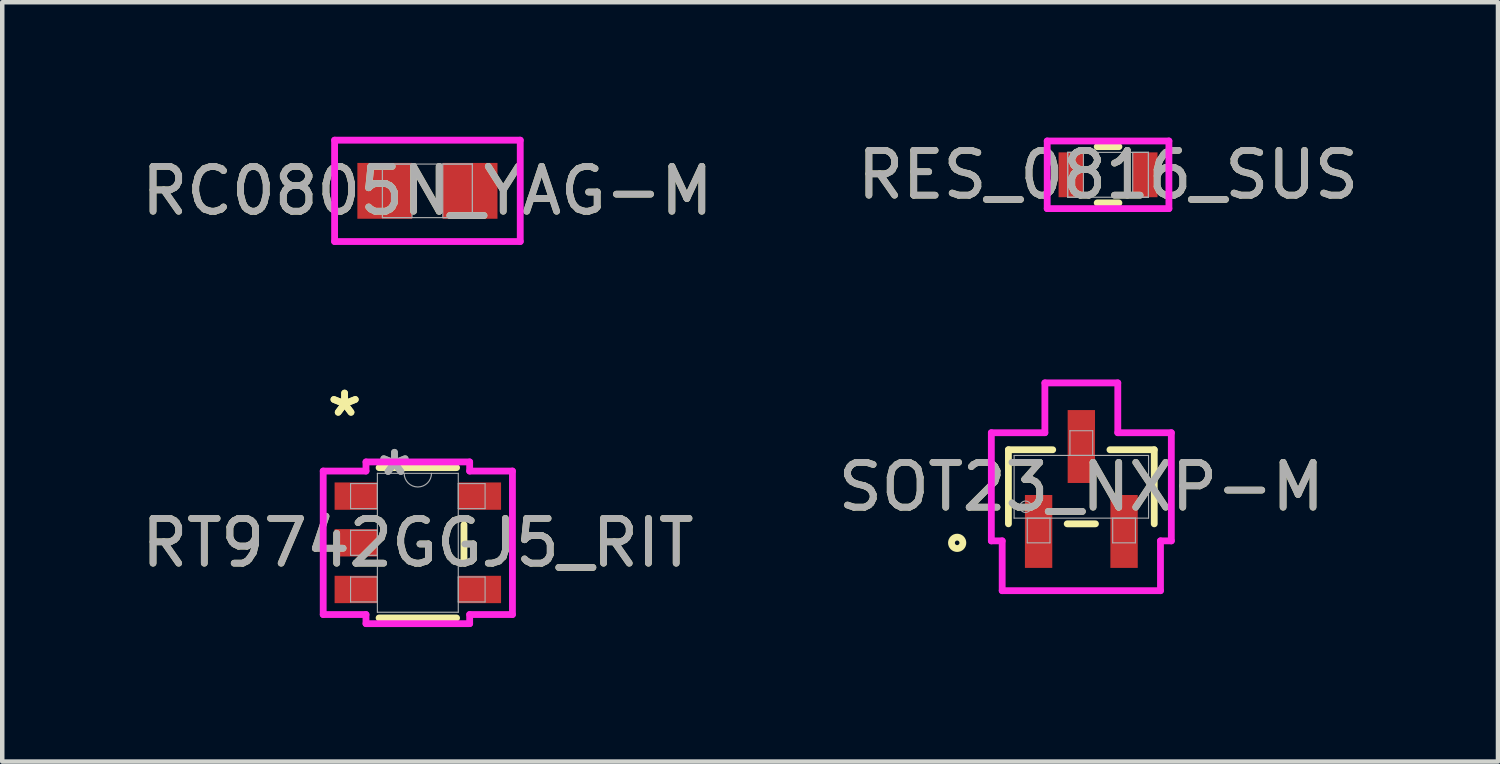
<source format=kicad_pcb>
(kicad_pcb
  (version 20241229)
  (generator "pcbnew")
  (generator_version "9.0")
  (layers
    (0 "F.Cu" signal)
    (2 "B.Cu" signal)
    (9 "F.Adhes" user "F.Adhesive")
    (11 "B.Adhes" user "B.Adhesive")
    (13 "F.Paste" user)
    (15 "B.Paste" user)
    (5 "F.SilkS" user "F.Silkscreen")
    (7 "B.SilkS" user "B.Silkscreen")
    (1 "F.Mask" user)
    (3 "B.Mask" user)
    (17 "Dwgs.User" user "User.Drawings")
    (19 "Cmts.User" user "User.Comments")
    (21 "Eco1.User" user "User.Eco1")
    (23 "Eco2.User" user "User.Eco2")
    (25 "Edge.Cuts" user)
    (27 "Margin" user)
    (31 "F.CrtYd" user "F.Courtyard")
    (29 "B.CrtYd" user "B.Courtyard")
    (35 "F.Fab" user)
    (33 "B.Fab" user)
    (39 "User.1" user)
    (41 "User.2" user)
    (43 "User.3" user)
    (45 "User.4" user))
  (footprint "RT9742GGJ5_RIT"
    (layer "F.Cu")
    (at 6.268 9.055)
    (property "Reference" "RT9742GGJ5_RIT" (at 0 0 0) (unlocked yes) (layer "F.SilkS") (effects (font (size 1 1) (thickness 0.15))))
    (attr smd)
    (fp_line (start -0.864 1.676) (end 0.864 1.676) (stroke (width 0.152) (type solid)) (layer "F.SilkS"))
    (fp_line (start 0.864 -1.676) (end -0.864 -1.676) (stroke (width 0.152) (type solid)) (layer "F.SilkS"))
    (fp_line (start 1.029 0.403) (end 1.029 -0.403) (stroke (width 0.152) (type solid)) (layer "F.SilkS"))
    (fp_line (start -2.11 -1.6) (end -1.156 -1.6) (stroke (width 0.152) (type solid)) (layer "F.CrtYd"))
    (fp_line (start -2.11 1.6) (end -2.11 -1.6) (stroke (width 0.152) (type solid)) (layer "F.CrtYd"))
    (fp_line (start -2.11 1.6) (end -1.156 1.6) (stroke (width 0.152) (type solid)) (layer "F.CrtYd"))
    (fp_line (start -1.156 -1.803) (end 1.156 -1.803) (stroke (width 0.152) (type solid)) (layer "F.CrtYd"))
    (fp_line (start -1.156 -1.6) (end -1.156 -1.803) (stroke (width 0.152) (type solid)) (layer "F.CrtYd"))
    (fp_line (start -1.156 1.803) (end -1.156 1.6) (stroke (width 0.152) (type solid)) (layer "F.CrtYd"))
    (fp_line (start 1.156 -1.803) (end 1.156 -1.6) (stroke (width 0.152) (type solid)) (layer "F.CrtYd"))
    (fp_line (start 1.156 1.6) (end 1.156 1.803) (stroke (width 0.152) (type solid)) (layer "F.CrtYd"))
    (fp_line (start 1.156 1.803) (end -1.156 1.803) (stroke (width 0.152) (type solid)) (layer "F.CrtYd"))
    (fp_line (start 2.11 -1.6) (end 1.156 -1.6) (stroke (width 0.152) (type solid)) (layer "F.CrtYd"))
    (fp_line (start 2.11 -1.6) (end 2.11 1.6) (stroke (width 0.152) (type solid)) (layer "F.CrtYd"))
    (fp_line (start 2.11 1.6) (end 1.156 1.6) (stroke (width 0.152) (type solid)) (layer "F.CrtYd"))
    (fp_line (start -1.5 -1.32) (end -1.5 -0.762) (stroke (width 0.025) (type solid)) (layer "F.Fab"))
    (fp_line (start -1.5 -0.762) (end -0.902 -0.762) (stroke (width 0.025) (type solid)) (layer "F.Fab"))
    (fp_line (start -1.5 -0.279) (end -1.5 0.279) (stroke (width 0.025) (type solid)) (layer "F.Fab"))
    (fp_line (start -1.5 0.279) (end -0.902 0.279) (stroke (width 0.025) (type solid)) (layer "F.Fab"))
    (fp_line (start -1.5 0.762) (end -1.5 1.32) (stroke (width 0.025) (type solid)) (layer "F.Fab"))
    (fp_line (start -1.5 1.32) (end -0.902 1.32) (stroke (width 0.025) (type solid)) (layer "F.Fab"))
    (fp_line (start -0.902 -1.549) (end -0.902 1.549) (stroke (width 0.025) (type solid)) (layer "F.Fab"))
    (fp_line (start -0.902 -1.32) (end -1.5 -1.32) (stroke (width 0.025) (type solid)) (layer "F.Fab"))
    (fp_line (start -0.902 -0.762) (end -0.902 -1.32) (stroke (width 0.025) (type solid)) (layer "F.Fab"))
    (fp_line (start -0.902 -0.279) (end -1.5 -0.279) (stroke (width 0.025) (type solid)) (layer "F.Fab"))
    (fp_line (start -0.902 0.279) (end -0.902 -0.279) (stroke (width 0.025) (type solid)) (layer "F.Fab"))
    (fp_line (start -0.902 0.762) (end -1.5 0.762) (stroke (width 0.025) (type solid)) (layer "F.Fab"))
    (fp_line (start -0.902 1.32) (end -0.902 0.762) (stroke (width 0.025) (type solid)) (layer "F.Fab"))
    (fp_line (start -0.902 1.549) (end 0.902 1.549) (stroke (width 0.025) (type solid)) (layer "F.Fab"))
    (fp_line (start 0.902 -1.549) (end -0.902 -1.549) (stroke (width 0.025) (type solid)) (layer "F.Fab"))
    (fp_line (start 0.902 -1.32) (end 0.902 -0.762) (stroke (width 0.025) (type solid)) (layer "F.Fab"))
    (fp_line (start 0.902 -0.762) (end 1.5 -0.762) (stroke (width 0.025) (type solid)) (layer "F.Fab"))
    (fp_line (start 0.902 0.762) (end 0.902 1.32) (stroke (width 0.025) (type solid)) (layer "F.Fab"))
    (fp_line (start 0.902 1.32) (end 1.5 1.32) (stroke (width 0.025) (type solid)) (layer "F.Fab"))
    (fp_line (start 0.902 1.549) (end 0.902 -1.549) (stroke (width 0.025) (type solid)) (layer "F.Fab"))
    (fp_line (start 1.5 -1.32) (end 0.902 -1.32) (stroke (width 0.025) (type solid)) (layer "F.Fab"))
    (fp_line (start 1.5 -0.762) (end 1.5 -1.32) (stroke (width 0.025) (type solid)) (layer "F.Fab"))
    (fp_line (start 1.5 0.762) (end 0.902 0.762) (stroke (width 0.025) (type solid)) (layer "F.Fab"))
    (fp_line (start 1.5 1.32) (end 1.5 0.762) (stroke (width 0.025) (type solid)) (layer "F.Fab"))
    (fp_arc (start 0.3048 -1.5494) (mid 0 -1.2446) (end -0.3048 -1.5494) (stroke (width 0.0254) (type solid)) (layer "F.Fab"))
    (fp_text user "*" (at -1.633 -2.794 0) (layer "F.SilkS") (effects (font (size 1 1) (thickness 0.15))))
    (fp_text user "*" (at -1.633 -2.794 0) (unlocked yes) (layer "F.SilkS") (effects (font (size 1 1) (thickness 0.15))))
    (fp_text user "${REFERENCE}" (at 0 0 0) (unlocked yes) (layer "F.Fab") (effects (font (size 1 1) (thickness 0.15))))
    (fp_text user "*" (at -0.521 -1.473 0) (layer "F.Fab") (effects (font (size 1 1) (thickness 0.15))))
    (fp_text user "*" (at -0.521 -1.473 0) (unlocked yes) (layer "F.Fab") (effects (font (size 1 1) (thickness 0.15))))
    (pad "1" smd rect (at -1.379 -1.041) (size 0.954 0.61) (layers "F.Cu" "F.Mask" "F.Paste"))
    (pad "2" smd rect (at -1.379 0) (size 0.954 0.61) (layers "F.Cu" "F.Mask" "F.Paste"))
    (pad "3" smd rect (at -1.379 1.041) (size 0.954 0.61) (layers "F.Cu" "F.Mask" "F.Paste"))
    (pad "4" smd rect (at 1.379 1.041) (size 0.954 0.61) (layers "F.Cu" "F.Mask" "F.Paste"))
    (pad "5" smd rect (at 1.379 -1.041) (size 0.954 0.61) (layers "F.Cu" "F.Mask" "F.Paste")))
  (footprint "SOT23_NXP-M"
    (layer "F.Cu")
    (at 21.065 7.806)
    (property "Reference" "SOT23_NXP-M" (at 0 0 0) (unlocked yes) (layer "F.SilkS") (effects (font (size 1 1) (thickness 0.15))))
    (attr smd)
    (fp_line (start -1.626 -0.826) (end -1.626 0.826) (stroke (width 0.152) (type solid)) (layer "F.SilkS"))
    (fp_line (start -0.638 -0.826) (end -1.626 -0.826) (stroke (width 0.152) (type solid)) (layer "F.SilkS"))
    (fp_line (start -0.315 0.826) (end 0.315 0.826) (stroke (width 0.152) (type solid)) (layer "F.SilkS"))
    (fp_line (start 1.626 -0.826) (end 0.638 -0.826) (stroke (width 0.152) (type solid)) (layer "F.SilkS"))
    (fp_line (start 1.626 0.826) (end 1.626 -0.826) (stroke (width 0.152) (type solid)) (layer "F.SilkS"))
    (fp_circle (center -2.769 1.25) (end -2.642 1.25) (stroke (width 0.152) (type solid)) (fill no) (layer "F.SilkS"))
    (fp_line (start -2.007 -1.206) (end -0.813 -1.206) (stroke (width 0.152) (type solid)) (layer "F.CrtYd"))
    (fp_line (start -2.007 1.206) (end -2.007 -1.206) (stroke (width 0.152) (type solid)) (layer "F.CrtYd"))
    (fp_line (start -2.007 1.206) (end -1.765 1.206) (stroke (width 0.152) (type solid)) (layer "F.CrtYd"))
    (fp_line (start -1.765 1.206) (end -1.765 2.317) (stroke (width 0.152) (type solid)) (layer "F.CrtYd"))
    (fp_line (start -1.765 2.317) (end 1.765 2.317) (stroke (width 0.152) (type solid)) (layer "F.CrtYd"))
    (fp_line (start -0.813 -2.317) (end 0.813 -2.317) (stroke (width 0.152) (type solid)) (layer "F.CrtYd"))
    (fp_line (start -0.813 -1.206) (end -0.813 -2.317) (stroke (width 0.152) (type solid)) (layer "F.CrtYd"))
    (fp_line (start 0.813 -1.206) (end 0.813 -2.317) (stroke (width 0.152) (type solid)) (layer "F.CrtYd"))
    (fp_line (start 1.765 1.206) (end 1.765 2.317) (stroke (width 0.152) (type solid)) (layer "F.CrtYd"))
    (fp_line (start 2.007 -1.206) (end 0.813 -1.206) (stroke (width 0.152) (type solid)) (layer "F.CrtYd"))
    (fp_line (start 2.007 -1.206) (end 2.007 1.206) (stroke (width 0.152) (type solid)) (layer "F.CrtYd"))
    (fp_line (start 2.007 1.206) (end 1.765 1.206) (stroke (width 0.152) (type solid)) (layer "F.CrtYd"))
    (fp_line (start -1.499 -0.699) (end -1.499 0.699) (stroke (width 0.025) (type solid)) (layer "F.Fab"))
    (fp_line (start -1.499 0.699) (end 1.499 0.699) (stroke (width 0.025) (type solid)) (layer "F.Fab"))
    (fp_line (start -1.206 0.699) (end -1.206 1.25) (stroke (width 0.025) (type solid)) (layer "F.Fab"))
    (fp_line (start -1.206 1.25) (end -0.699 1.25) (stroke (width 0.025) (type solid)) (layer "F.Fab"))
    (fp_line (start -0.699 0.699) (end -1.206 0.699) (stroke (width 0.025) (type solid)) (layer "F.Fab"))
    (fp_line (start -0.699 1.25) (end -0.699 0.699) (stroke (width 0.025) (type solid)) (layer "F.Fab"))
    (fp_line (start -0.254 -1.25) (end -0.254 -0.699) (stroke (width 0.025) (type solid)) (layer "F.Fab"))
    (fp_line (start -0.254 -0.699) (end 0.254 -0.699) (stroke (width 0.025) (type solid)) (layer "F.Fab"))
    (fp_line (start 0.254 -1.25) (end -0.254 -1.25) (stroke (width 0.025) (type solid)) (layer "F.Fab"))
    (fp_line (start 0.254 -0.699) (end 0.254 -1.25) (stroke (width 0.025) (type solid)) (layer "F.Fab"))
    (fp_line (start 0.699 0.699) (end 0.699 1.25) (stroke (width 0.025) (type solid)) (layer "F.Fab"))
    (fp_line (start 0.699 1.25) (end 1.206 1.25) (stroke (width 0.025) (type solid)) (layer "F.Fab"))
    (fp_line (start 1.206 0.699) (end 0.699 0.699) (stroke (width 0.025) (type solid)) (layer "F.Fab"))
    (fp_line (start 1.206 1.25) (end 1.206 0.699) (stroke (width 0.025) (type solid)) (layer "F.Fab"))
    (fp_line (start 1.499 -0.699) (end -1.499 -0.699) (stroke (width 0.025) (type solid)) (layer "F.Fab"))
    (fp_line (start 1.499 0.699) (end 1.499 -0.699) (stroke (width 0.025) (type solid)) (layer "F.Fab"))
    (fp_circle (center -1.245 0.445) (end -1.118 0.445) (stroke (width 0.025) (type solid)) (fill no) (layer "F.Fab"))
    (fp_text user "${REFERENCE}" (at 0 0 0) (unlocked yes) (layer "F.Fab") (effects (font (size 1 1) (thickness 0.15))))
    (pad "1" smd rect (at -0.953 0.996) (size 0.61 1.626) (layers "F.Cu" "F.Mask" "F.Paste"))
    (pad "2" smd rect (at 0.953 0.996) (size 0.61 1.626) (layers "F.Cu" "F.Mask" "F.Paste"))
    (pad "3" smd rect (at 0 -0.898) (size 0.61 1.626) (layers "F.Cu" "F.Mask" "F.Paste")))
  (footprint "RC0805N_YAG-M"
    (layer "F.Cu")
    (at 6.482 1.206)
    (property "Reference" "RC0805N_YAG-M" (at 0 0 0) (unlocked yes) (layer "F.SilkS") (effects (font (size 1 1) (thickness 0.15))))
    (attr smd)
    (fp_line (start -2.07 -1.13) (end 2.07 -1.13) (stroke (width 0.152) (type solid)) (layer "F.CrtYd"))
    (fp_line (start -2.07 1.13) (end -2.07 -1.13) (stroke (width 0.152) (type solid)) (layer "F.CrtYd"))
    (fp_line (start 2.07 -1.13) (end 2.07 1.13) (stroke (width 0.152) (type solid)) (layer "F.CrtYd"))
    (fp_line (start 2.07 1.13) (end -2.07 1.13) (stroke (width 0.152) (type solid)) (layer "F.CrtYd"))
    (fp_line (start -1.003 -0.597) (end -1.003 0.597) (stroke (width 0.025) (type solid)) (layer "F.Fab"))
    (fp_line (start -1.003 -0.597) (end -1.003 0.597) (stroke (width 0.025) (type solid)) (layer "F.Fab"))
    (fp_line (start -1.003 0.597) (end -0.343 0.597) (stroke (width 0.025) (type solid)) (layer "F.Fab"))
    (fp_line (start -1.003 0.597) (end 1.003 0.597) (stroke (width 0.025) (type solid)) (layer "F.Fab"))
    (fp_line (start -0.343 -0.597) (end -1.003 -0.597) (stroke (width 0.025) (type solid)) (layer "F.Fab"))
    (fp_line (start -0.343 0.597) (end -0.343 -0.597) (stroke (width 0.025) (type solid)) (layer "F.Fab"))
    (fp_line (start 0.343 -0.597) (end 0.343 0.597) (stroke (width 0.025) (type solid)) (layer "F.Fab"))
    (fp_line (start 0.343 0.597) (end 1.003 0.597) (stroke (width 0.025) (type solid)) (layer "F.Fab"))
    (fp_line (start 1.003 -0.597) (end -1.003 -0.597) (stroke (width 0.025) (type solid)) (layer "F.Fab"))
    (fp_line (start 1.003 -0.597) (end 0.343 -0.597) (stroke (width 0.025) (type solid)) (layer "F.Fab"))
    (fp_line (start 1.003 0.597) (end 1.003 -0.597) (stroke (width 0.025) (type solid)) (layer "F.Fab"))
    (fp_line (start 1.003 0.597) (end 1.003 -0.597) (stroke (width 0.025) (type solid)) (layer "F.Fab"))
    (fp_text user "${REFERENCE}" (at 0 0 0) (unlocked yes) (layer "F.Fab") (effects (font (size 1 1) (thickness 0.15))))
    (pad "1" smd rect (at -0.953 0) (size 1.219 1.245) (layers "F.Cu" "F.Mask" "F.Paste"))
    (pad "2" smd rect (at 0.953 0) (size 1.219 1.245) (layers "F.Cu" "F.Mask" "F.Paste"))
    (zone (net_name "") (layer "F.Cu") (hatch full 0.508) (connect_pads) (min_thickness 0.254) (filled_areas_thickness no) (keepout (tracks not_allowed) (vias not_allowed) (pads allowed) (copperpour not_allowed) (footprints allowed)) (placement (enabled no)) (fill) (polygon (pts (xy 6.19 0.66) (xy 6.774 0.66) (xy 6.774 1.753) (xy 6.19 1.753)))))
  (footprint "RES_0816_SUS"
    (layer "F.Cu")
    (at 21.661 0.848)
    (property "Reference" "RES_0816_SUS" (at 0 0 0) (unlocked yes) (layer "F.SilkS") (effects (font (size 1 1) (thickness 0.15))))
    (attr smd)
    (fp_line (start -0.242 0.627) (end 0.242 0.627) (stroke (width 0.152) (type solid)) (layer "F.SilkS"))
    (fp_line (start 0.242 -0.627) (end -0.242 -0.627) (stroke (width 0.152) (type solid)) (layer "F.SilkS"))
    (fp_line (start -1.357 -0.754) (end 1.357 -0.754) (stroke (width 0.152) (type solid)) (layer "F.CrtYd"))
    (fp_line (start -1.357 0.754) (end -1.357 -0.754) (stroke (width 0.152) (type solid)) (layer "F.CrtYd"))
    (fp_line (start 1.357 -0.754) (end 1.357 0.754) (stroke (width 0.152) (type solid)) (layer "F.CrtYd"))
    (fp_line (start 1.357 0.754) (end -1.357 0.754) (stroke (width 0.152) (type solid)) (layer "F.CrtYd"))
    (fp_line (start -0.9 -0.5) (end -0.9 0.5) (stroke (width 0.025) (type solid)) (layer "F.Fab"))
    (fp_line (start -0.9 -0.5) (end -0.9 0.5) (stroke (width 0.025) (type solid)) (layer "F.Fab"))
    (fp_line (start -0.9 0.5) (end -0.55 0.5) (stroke (width 0.025) (type solid)) (layer "F.Fab"))
    (fp_line (start -0.9 0.5) (end 0.9 0.5) (stroke (width 0.025) (type solid)) (layer "F.Fab"))
    (fp_line (start -0.55 -0.5) (end -0.9 -0.5) (stroke (width 0.025) (type solid)) (layer "F.Fab"))
    (fp_line (start -0.55 0.5) (end -0.55 -0.5) (stroke (width 0.025) (type solid)) (layer "F.Fab"))
    (fp_line (start 0.55 -0.5) (end 0.55 0.5) (stroke (width 0.025) (type solid)) (layer "F.Fab"))
    (fp_line (start 0.55 0.5) (end 0.9 0.5) (stroke (width 0.025) (type solid)) (layer "F.Fab"))
    (fp_line (start 0.9 -0.5) (end -0.9 -0.5) (stroke (width 0.025) (type solid)) (layer "F.Fab"))
    (fp_line (start 0.9 -0.5) (end 0.55 -0.5) (stroke (width 0.025) (type solid)) (layer "F.Fab"))
    (fp_line (start 0.9 0.5) (end 0.9 -0.5) (stroke (width 0.025) (type solid)) (layer "F.Fab"))
    (fp_line (start 0.9 0.5) (end 0.9 -0.5) (stroke (width 0.025) (type solid)) (layer "F.Fab"))
    (fp_text user "${REFERENCE}" (at 0 0 0) (unlocked yes) (layer "F.Fab") (effects (font (size 1 1) (thickness 0.15))))
    (pad "1" smd rect (at -0.827 0) (size 0.553 1) (layers "F.Cu" "F.Mask" "F.Paste"))
    (pad "2" smd rect (at 0.827 0) (size 0.553 1) (layers "F.Cu" "F.Mask" "F.Paste"))
    (zone (net_name "") (layer "F.Cu") (hatch full 0.508) (connect_pads) (min_thickness 0.254) (filled_areas_thickness no) (keepout (tracks not_allowed) (vias not_allowed) (pads allowed) (copperpour not_allowed) (footprints allowed)) (placement (enabled no)) (fill) (polygon (pts (xy 21.162 0.399) (xy 22.16 0.399) (xy 22.16 1.297) (xy 21.162 1.297)))))
  (gr_rect
    (start -3 -3)
    (end 30.357 13.934)
    (stroke (width 0.1) (type default))
    (fill no)
    (layer "Edge.Cuts")))
</source>
